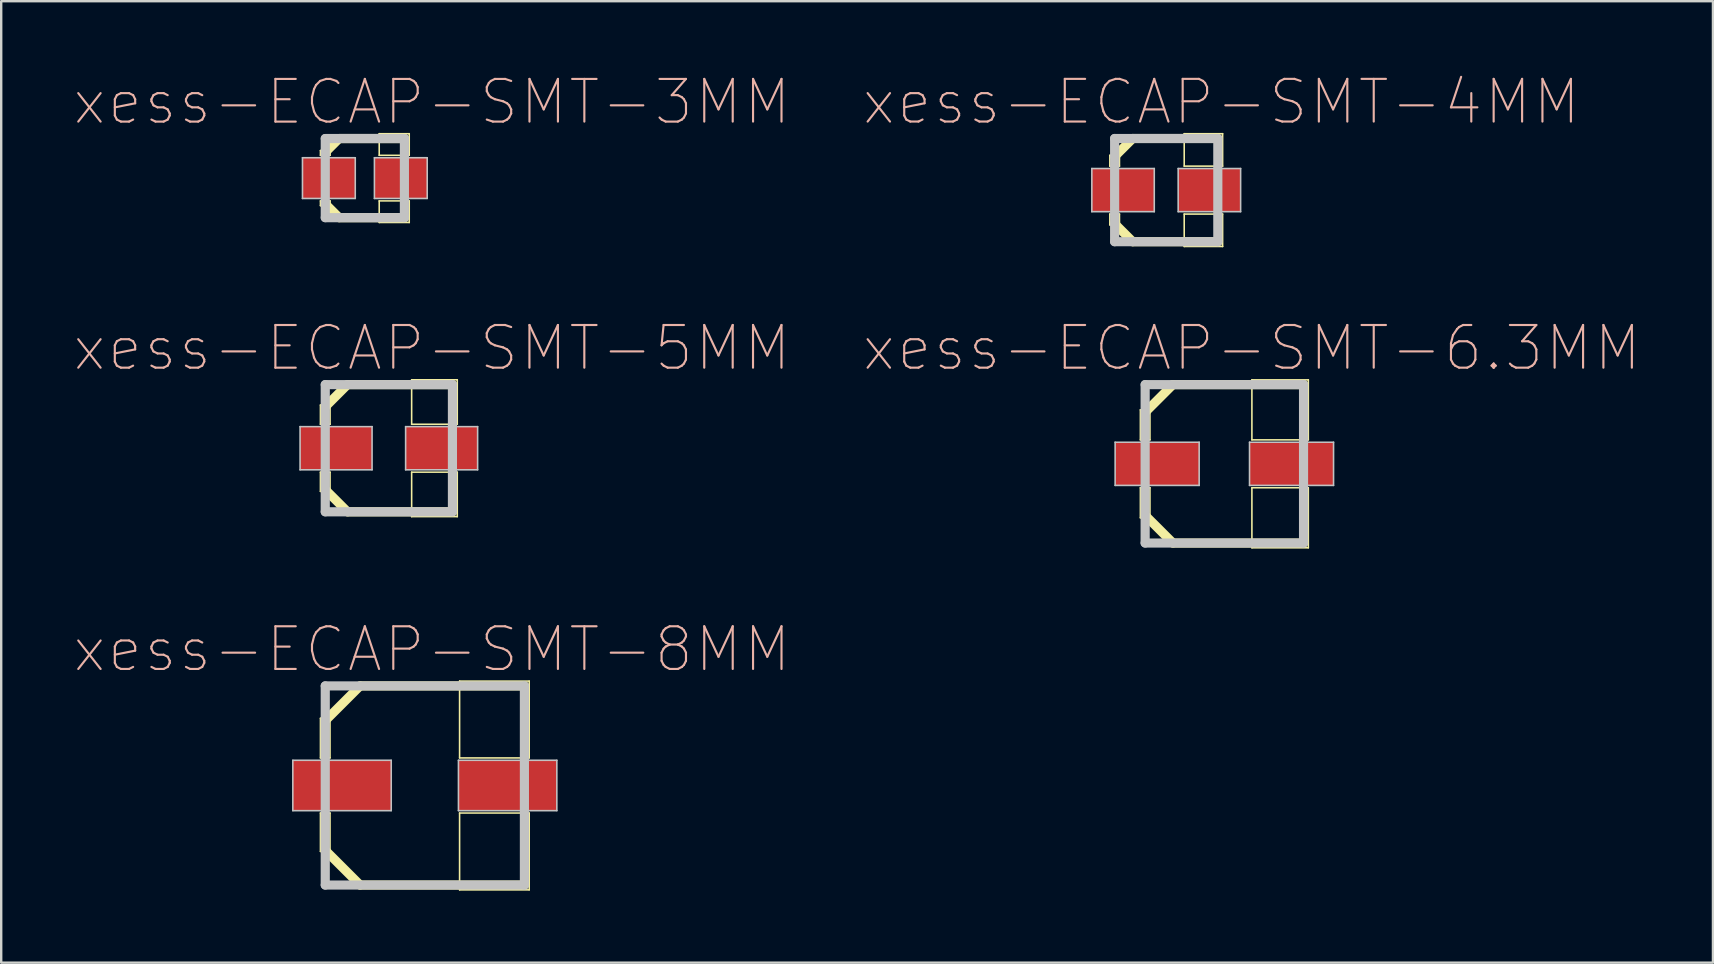
<source format=kicad_pcb>
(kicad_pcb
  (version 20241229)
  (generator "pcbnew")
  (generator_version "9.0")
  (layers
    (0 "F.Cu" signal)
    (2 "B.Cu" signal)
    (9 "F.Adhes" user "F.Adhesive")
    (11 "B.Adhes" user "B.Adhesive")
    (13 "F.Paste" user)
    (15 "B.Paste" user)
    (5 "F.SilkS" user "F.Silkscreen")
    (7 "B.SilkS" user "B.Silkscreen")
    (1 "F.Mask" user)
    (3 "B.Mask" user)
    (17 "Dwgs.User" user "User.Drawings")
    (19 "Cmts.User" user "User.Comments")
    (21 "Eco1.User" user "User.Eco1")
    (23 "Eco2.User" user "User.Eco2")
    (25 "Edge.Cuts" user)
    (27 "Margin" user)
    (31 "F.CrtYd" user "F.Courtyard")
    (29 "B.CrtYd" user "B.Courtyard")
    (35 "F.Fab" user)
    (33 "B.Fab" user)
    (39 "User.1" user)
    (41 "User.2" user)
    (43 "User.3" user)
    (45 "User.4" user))
  (footprint "xess-ECAP-SMT-5MM"
    (layer "F.Cu")
    (at 13.148 15.621)
    (property "Reference" "xess-ECAP-SMT-5MM" (at 1.793 -4.173 0) (layer "B.SilkS") (effects (font (size 1.778 1.778) (thickness 0.089))))
    (attr smd)
    (fp_line (start -2.85 -1.798) (end -2.449 -1.798) (stroke (width 0.066) (type solid)) (layer "F.SilkS"))
    (fp_line (start -2.85 -0.998) (end -2.85 -1.798) (stroke (width 0.066) (type solid)) (layer "F.SilkS"))
    (fp_line (start -2.85 -0.998) (end -2.449 -0.998) (stroke (width 0.066) (type solid)) (layer "F.SilkS"))
    (fp_line (start -2.85 0.998) (end -2.449 0.998) (stroke (width 0.066) (type solid)) (layer "F.SilkS"))
    (fp_line (start -2.85 1.798) (end -2.85 0.998) (stroke (width 0.066) (type solid)) (layer "F.SilkS"))
    (fp_line (start -2.85 1.798) (end -2.449 1.798) (stroke (width 0.066) (type solid)) (layer "F.SilkS"))
    (fp_line (start -2.649 1.722) (end -1.722 2.649) (stroke (width 0.381) (type solid)) (layer "F.SilkS"))
    (fp_line (start -2.449 -0.998) (end -2.449 -1.798) (stroke (width 0.066) (type solid)) (layer "F.SilkS"))
    (fp_line (start -2.449 1.798) (end -2.449 0.998) (stroke (width 0.066) (type solid)) (layer "F.SilkS"))
    (fp_line (start -1.722 -2.649) (end -2.649 -1.722) (stroke (width 0.381) (type solid)) (layer "F.SilkS"))
    (fp_line (start -1.722 2.649) (end 2.649 2.649) (stroke (width 0.381) (type solid)) (layer "F.SilkS"))
    (fp_line (start 0.95 -2.85) (end 2.85 -2.85) (stroke (width 0.066) (type solid)) (layer "F.SilkS"))
    (fp_line (start 0.95 -0.998) (end 0.95 -2.85) (stroke (width 0.066) (type solid)) (layer "F.SilkS"))
    (fp_line (start 0.95 -0.998) (end 2.85 -0.998) (stroke (width 0.066) (type solid)) (layer "F.SilkS"))
    (fp_line (start 0.95 0.998) (end 2.85 0.998) (stroke (width 0.066) (type solid)) (layer "F.SilkS"))
    (fp_line (start 0.95 2.85) (end 0.95 0.998) (stroke (width 0.066) (type solid)) (layer "F.SilkS"))
    (fp_line (start 0.95 2.85) (end 2.85 2.85) (stroke (width 0.066) (type solid)) (layer "F.SilkS"))
    (fp_line (start 2.649 -2.649) (end -1.722 -2.649) (stroke (width 0.381) (type solid)) (layer "F.SilkS"))
    (fp_line (start 2.85 -0.998) (end 2.85 -2.85) (stroke (width 0.066) (type solid)) (layer "F.SilkS"))
    (fp_line (start 2.85 2.85) (end 2.85 0.998) (stroke (width 0.066) (type solid)) (layer "F.SilkS"))
    (fp_line (start -3.698 -0.899) (end -0.699 -0.899) (stroke (width 0.066) (type solid)) (layer "Dwgs.User"))
    (fp_line (start -3.698 0.899) (end -3.698 -0.899) (stroke (width 0.066) (type solid)) (layer "Dwgs.User"))
    (fp_line (start -3.698 0.899) (end -0.699 0.899) (stroke (width 0.066) (type solid)) (layer "Dwgs.User"))
    (fp_line (start -2.649 -2.649) (end -2.649 2.649) (stroke (width 0.381) (type solid)) (layer "Dwgs.User"))
    (fp_line (start -2.649 2.649) (end 2.649 2.649) (stroke (width 0.381) (type solid)) (layer "Dwgs.User"))
    (fp_line (start -0.699 0.899) (end -0.699 -0.899) (stroke (width 0.066) (type solid)) (layer "Dwgs.User"))
    (fp_line (start 0.699 -0.899) (end 3.698 -0.899) (stroke (width 0.066) (type solid)) (layer "Dwgs.User"))
    (fp_line (start 0.699 0.899) (end 0.699 -0.899) (stroke (width 0.066) (type solid)) (layer "Dwgs.User"))
    (fp_line (start 0.699 0.899) (end 3.698 0.899) (stroke (width 0.066) (type solid)) (layer "Dwgs.User"))
    (fp_line (start 2.649 -2.649) (end -2.649 -2.649) (stroke (width 0.381) (type solid)) (layer "Dwgs.User"))
    (fp_line (start 2.649 2.649) (end 2.649 -2.649) (stroke (width 0.381) (type solid)) (layer "Dwgs.User"))
    (fp_line (start 3.698 0.899) (end 3.698 -0.899) (stroke (width 0.066) (type solid)) (layer "Dwgs.User"))
    (pad "1" smd rect (at -2.2 0) (size 3 1.798) (layers "F.Cu" "F.Mask" "F.Paste"))
    (pad "2" smd rect (at 2.2 0) (size 3 1.798) (layers "F.Cu" "F.Mask" "F.Paste")))
  (footprint "xess-ECAP-SMT-6.3MM"
    (layer "F.Cu")
    (at 47.952 16.271)
    (property "Reference" "xess-ECAP-SMT-6.3MM" (at 1.143 -4.823 0) (layer "B.SilkS") (effects (font (size 1.778 1.778) (thickness 0.089))))
    (attr smd)
    (fp_line (start -3.498 -2.248) (end -3.099 -2.248) (stroke (width 0.066) (type solid)) (layer "F.SilkS"))
    (fp_line (start -3.498 -0.998) (end -3.498 -2.248) (stroke (width 0.066) (type solid)) (layer "F.SilkS"))
    (fp_line (start -3.498 -0.998) (end -3.099 -0.998) (stroke (width 0.066) (type solid)) (layer "F.SilkS"))
    (fp_line (start -3.498 0.998) (end -3.099 0.998) (stroke (width 0.066) (type solid)) (layer "F.SilkS"))
    (fp_line (start -3.498 2.248) (end -3.498 0.998) (stroke (width 0.066) (type solid)) (layer "F.SilkS"))
    (fp_line (start -3.498 2.248) (end -3.099 2.248) (stroke (width 0.066) (type solid)) (layer "F.SilkS"))
    (fp_line (start -3.299 2.144) (end -2.144 3.299) (stroke (width 0.381) (type solid)) (layer "F.SilkS"))
    (fp_line (start -3.099 -0.998) (end -3.099 -2.248) (stroke (width 0.066) (type solid)) (layer "F.SilkS"))
    (fp_line (start -3.099 2.248) (end -3.099 0.998) (stroke (width 0.066) (type solid)) (layer "F.SilkS"))
    (fp_line (start -2.144 -3.299) (end -3.299 -2.144) (stroke (width 0.381) (type solid)) (layer "F.SilkS"))
    (fp_line (start -2.144 3.299) (end 3.299 3.299) (stroke (width 0.381) (type solid)) (layer "F.SilkS"))
    (fp_line (start 1.148 -3.498) (end 3.498 -3.498) (stroke (width 0.066) (type solid)) (layer "F.SilkS"))
    (fp_line (start 1.148 -0.998) (end 1.148 -3.498) (stroke (width 0.066) (type solid)) (layer "F.SilkS"))
    (fp_line (start 1.148 -0.998) (end 3.498 -0.998) (stroke (width 0.066) (type solid)) (layer "F.SilkS"))
    (fp_line (start 1.148 0.998) (end 3.498 0.998) (stroke (width 0.066) (type solid)) (layer "F.SilkS"))
    (fp_line (start 1.148 3.498) (end 1.148 0.998) (stroke (width 0.066) (type solid)) (layer "F.SilkS"))
    (fp_line (start 1.148 3.498) (end 3.498 3.498) (stroke (width 0.066) (type solid)) (layer "F.SilkS"))
    (fp_line (start 3.299 -3.299) (end -2.144 -3.299) (stroke (width 0.381) (type solid)) (layer "F.SilkS"))
    (fp_line (start 3.498 -0.998) (end 3.498 -3.498) (stroke (width 0.066) (type solid)) (layer "F.SilkS"))
    (fp_line (start 3.498 3.498) (end 3.498 0.998) (stroke (width 0.066) (type solid)) (layer "F.SilkS"))
    (fp_line (start -4.549 -0.899) (end -1.049 -0.899) (stroke (width 0.066) (type solid)) (layer "Dwgs.User"))
    (fp_line (start -4.549 0.899) (end -4.549 -0.899) (stroke (width 0.066) (type solid)) (layer "Dwgs.User"))
    (fp_line (start -4.549 0.899) (end -1.049 0.899) (stroke (width 0.066) (type solid)) (layer "Dwgs.User"))
    (fp_line (start -3.299 -3.299) (end -3.299 3.299) (stroke (width 0.381) (type solid)) (layer "Dwgs.User"))
    (fp_line (start -3.299 3.299) (end 3.299 3.299) (stroke (width 0.381) (type solid)) (layer "Dwgs.User"))
    (fp_line (start -1.049 0.899) (end -1.049 -0.899) (stroke (width 0.066) (type solid)) (layer "Dwgs.User"))
    (fp_line (start 1.049 -0.899) (end 4.549 -0.899) (stroke (width 0.066) (type solid)) (layer "Dwgs.User"))
    (fp_line (start 1.049 0.899) (end 1.049 -0.899) (stroke (width 0.066) (type solid)) (layer "Dwgs.User"))
    (fp_line (start 1.049 0.899) (end 4.549 0.899) (stroke (width 0.066) (type solid)) (layer "Dwgs.User"))
    (fp_line (start 3.299 -3.299) (end -3.299 -3.299) (stroke (width 0.381) (type solid)) (layer "Dwgs.User"))
    (fp_line (start 3.299 3.299) (end 3.299 -3.299) (stroke (width 0.381) (type solid)) (layer "Dwgs.User"))
    (fp_line (start 4.549 0.899) (end 4.549 -0.899) (stroke (width 0.066) (type solid)) (layer "Dwgs.User"))
    (pad "1" smd rect (at -2.799 0) (size 3.498 1.798) (layers "F.Cu" "F.Mask" "F.Paste"))
    (pad "2" smd rect (at 2.799 0) (size 3.498 1.798) (layers "F.Cu" "F.Mask" "F.Paste")))
  (footprint "xess-ECAP-SMT-3MM"
    (layer "F.Cu")
    (at 12.148 4.369)
    (property "Reference" "xess-ECAP-SMT-3MM" (at 2.794 -3.172 0) (layer "B.SilkS") (effects (font (size 1.778 1.778) (thickness 0.089))))
    (attr smd)
    (fp_line (start -1.849 -1.148) (end -1.448 -1.148) (stroke (width 0.066) (type solid)) (layer "F.SilkS"))
    (fp_line (start -1.849 -0.95) (end -1.849 -1.148) (stroke (width 0.066) (type solid)) (layer "F.SilkS"))
    (fp_line (start -1.849 -0.95) (end -1.448 -0.95) (stroke (width 0.066) (type solid)) (layer "F.SilkS"))
    (fp_line (start -1.849 0.95) (end -1.448 0.95) (stroke (width 0.066) (type solid)) (layer "F.SilkS"))
    (fp_line (start -1.849 1.148) (end -1.849 0.95) (stroke (width 0.066) (type solid)) (layer "F.SilkS"))
    (fp_line (start -1.849 1.148) (end -1.448 1.148) (stroke (width 0.066) (type solid)) (layer "F.SilkS"))
    (fp_line (start -1.648 1.072) (end -1.072 1.648) (stroke (width 0.381) (type solid)) (layer "F.SilkS"))
    (fp_line (start -1.448 -0.95) (end -1.448 -1.148) (stroke (width 0.066) (type solid)) (layer "F.SilkS"))
    (fp_line (start -1.448 1.148) (end -1.448 0.95) (stroke (width 0.066) (type solid)) (layer "F.SilkS"))
    (fp_line (start -1.072 -1.648) (end -1.648 -1.072) (stroke (width 0.381) (type solid)) (layer "F.SilkS"))
    (fp_line (start -1.072 1.648) (end 1.648 1.648) (stroke (width 0.381) (type solid)) (layer "F.SilkS"))
    (fp_line (start 0.599 -1.849) (end 1.849 -1.849) (stroke (width 0.066) (type solid)) (layer "F.SilkS"))
    (fp_line (start 0.599 -0.95) (end 0.599 -1.849) (stroke (width 0.066) (type solid)) (layer "F.SilkS"))
    (fp_line (start 0.599 -0.95) (end 1.849 -0.95) (stroke (width 0.066) (type solid)) (layer "F.SilkS"))
    (fp_line (start 0.599 0.95) (end 1.849 0.95) (stroke (width 0.066) (type solid)) (layer "F.SilkS"))
    (fp_line (start 0.599 1.849) (end 0.599 0.95) (stroke (width 0.066) (type solid)) (layer "F.SilkS"))
    (fp_line (start 0.599 1.849) (end 1.849 1.849) (stroke (width 0.066) (type solid)) (layer "F.SilkS"))
    (fp_line (start 1.648 -1.648) (end -1.072 -1.648) (stroke (width 0.381) (type solid)) (layer "F.SilkS"))
    (fp_line (start 1.849 -0.95) (end 1.849 -1.849) (stroke (width 0.066) (type solid)) (layer "F.SilkS"))
    (fp_line (start 1.849 1.849) (end 1.849 0.95) (stroke (width 0.066) (type solid)) (layer "F.SilkS"))
    (fp_line (start -2.598 -0.848) (end -0.399 -0.848) (stroke (width 0.066) (type solid)) (layer "Dwgs.User"))
    (fp_line (start -2.598 0.848) (end -2.598 -0.848) (stroke (width 0.066) (type solid)) (layer "Dwgs.User"))
    (fp_line (start -2.598 0.848) (end -0.399 0.848) (stroke (width 0.066) (type solid)) (layer "Dwgs.User"))
    (fp_line (start -1.648 -1.648) (end -1.648 1.648) (stroke (width 0.381) (type solid)) (layer "Dwgs.User"))
    (fp_line (start -1.648 1.648) (end 1.648 1.648) (stroke (width 0.381) (type solid)) (layer "Dwgs.User"))
    (fp_line (start -0.399 0.848) (end -0.399 -0.848) (stroke (width 0.066) (type solid)) (layer "Dwgs.User"))
    (fp_line (start 0.399 -0.848) (end 2.598 -0.848) (stroke (width 0.066) (type solid)) (layer "Dwgs.User"))
    (fp_line (start 0.399 0.848) (end 0.399 -0.848) (stroke (width 0.066) (type solid)) (layer "Dwgs.User"))
    (fp_line (start 0.399 0.848) (end 2.598 0.848) (stroke (width 0.066) (type solid)) (layer "Dwgs.User"))
    (fp_line (start 1.648 -1.648) (end -1.648 -1.648) (stroke (width 0.381) (type solid)) (layer "Dwgs.User"))
    (fp_line (start 1.648 1.648) (end 1.648 -1.648) (stroke (width 0.381) (type solid)) (layer "Dwgs.User"))
    (fp_line (start 2.598 0.848) (end 2.598 -0.848) (stroke (width 0.066) (type solid)) (layer "Dwgs.User"))
    (pad "1" smd rect (at -1.499 0) (size 2.2 1.699) (layers "F.Cu" "F.Mask" "F.Paste"))
    (pad "2" smd rect (at 1.499 0) (size 2.2 1.699) (layers "F.Cu" "F.Mask" "F.Paste")))
  (footprint "xess-ECAP-SMT-8MM"
    (layer "F.Cu")
    (at 14.647 29.67)
    (property "Reference" "xess-ECAP-SMT-8MM" (at 0.295 -5.672 0) (layer "B.SilkS") (effects (font (size 1.778 1.778) (thickness 0.089))))
    (attr smd)
    (fp_line (start -4.348 -2.799) (end -3.95 -2.799) (stroke (width 0.066) (type solid)) (layer "F.SilkS"))
    (fp_line (start -4.348 -1.148) (end -4.348 -2.799) (stroke (width 0.066) (type solid)) (layer "F.SilkS"))
    (fp_line (start -4.348 -1.148) (end -3.95 -1.148) (stroke (width 0.066) (type solid)) (layer "F.SilkS"))
    (fp_line (start -4.348 1.148) (end -3.95 1.148) (stroke (width 0.066) (type solid)) (layer "F.SilkS"))
    (fp_line (start -4.348 2.748) (end -4.348 1.148) (stroke (width 0.066) (type solid)) (layer "F.SilkS"))
    (fp_line (start -4.348 2.748) (end -3.95 2.748) (stroke (width 0.066) (type solid)) (layer "F.SilkS"))
    (fp_line (start -4.148 2.697) (end -2.697 4.148) (stroke (width 0.381) (type solid)) (layer "F.SilkS"))
    (fp_line (start -3.95 -1.148) (end -3.95 -2.799) (stroke (width 0.066) (type solid)) (layer "F.SilkS"))
    (fp_line (start -3.95 2.748) (end -3.95 1.148) (stroke (width 0.066) (type solid)) (layer "F.SilkS"))
    (fp_line (start -2.697 -4.148) (end -4.148 -2.697) (stroke (width 0.381) (type solid)) (layer "F.SilkS"))
    (fp_line (start -2.697 4.148) (end 4.148 4.148) (stroke (width 0.381) (type solid)) (layer "F.SilkS"))
    (fp_line (start 1.448 -4.348) (end 4.348 -4.348) (stroke (width 0.066) (type solid)) (layer "F.SilkS"))
    (fp_line (start 1.448 -1.148) (end 1.448 -4.348) (stroke (width 0.066) (type solid)) (layer "F.SilkS"))
    (fp_line (start 1.448 -1.148) (end 4.348 -1.148) (stroke (width 0.066) (type solid)) (layer "F.SilkS"))
    (fp_line (start 1.448 1.148) (end 4.348 1.148) (stroke (width 0.066) (type solid)) (layer "F.SilkS"))
    (fp_line (start 1.448 4.348) (end 1.448 1.148) (stroke (width 0.066) (type solid)) (layer "F.SilkS"))
    (fp_line (start 1.448 4.348) (end 4.348 4.348) (stroke (width 0.066) (type solid)) (layer "F.SilkS"))
    (fp_line (start 4.148 -4.148) (end -2.697 -4.148) (stroke (width 0.381) (type solid)) (layer "F.SilkS"))
    (fp_line (start 4.348 -1.148) (end 4.348 -4.348) (stroke (width 0.066) (type solid)) (layer "F.SilkS"))
    (fp_line (start 4.348 4.348) (end 4.348 1.148) (stroke (width 0.066) (type solid)) (layer "F.SilkS"))
    (fp_line (start -5.499 -1.049) (end -1.4 -1.049) (stroke (width 0.066) (type solid)) (layer "Dwgs.User"))
    (fp_line (start -5.499 1.049) (end -5.499 -1.049) (stroke (width 0.066) (type solid)) (layer "Dwgs.User"))
    (fp_line (start -5.499 1.049) (end -1.4 1.049) (stroke (width 0.066) (type solid)) (layer "Dwgs.User"))
    (fp_line (start -4.148 -4.148) (end -4.148 4.148) (stroke (width 0.381) (type solid)) (layer "Dwgs.User"))
    (fp_line (start -4.148 4.148) (end 4.148 4.148) (stroke (width 0.381) (type solid)) (layer "Dwgs.User"))
    (fp_line (start -1.4 1.049) (end -1.4 -1.049) (stroke (width 0.066) (type solid)) (layer "Dwgs.User"))
    (fp_line (start 1.4 -1.049) (end 5.499 -1.049) (stroke (width 0.066) (type solid)) (layer "Dwgs.User"))
    (fp_line (start 1.4 1.049) (end 1.4 -1.049) (stroke (width 0.066) (type solid)) (layer "Dwgs.User"))
    (fp_line (start 1.4 1.049) (end 5.499 1.049) (stroke (width 0.066) (type solid)) (layer "Dwgs.User"))
    (fp_line (start 4.148 -4.148) (end -4.148 -4.148) (stroke (width 0.381) (type solid)) (layer "Dwgs.User"))
    (fp_line (start 4.148 4.148) (end 4.148 -4.148) (stroke (width 0.381) (type solid)) (layer "Dwgs.User"))
    (fp_line (start 5.499 1.049) (end 5.499 -1.049) (stroke (width 0.066) (type solid)) (layer "Dwgs.User"))
    (pad "1" smd rect (at -3.449 0) (size 4.1 2.098) (layers "F.Cu" "F.Mask" "F.Paste"))
    (pad "2" smd rect (at 3.449 0) (size 4.1 2.098) (layers "F.Cu" "F.Mask" "F.Paste")))
  (footprint "xess-ECAP-SMT-4MM"
    (layer "F.Cu")
    (at 45.531 4.869)
    (property "Reference" "xess-ECAP-SMT-4MM" (at 2.294 -3.673 0) (layer "B.SilkS") (effects (font (size 1.778 1.778) (thickness 0.089))))
    (attr smd)
    (fp_line (start -2.349 -1.448) (end -1.948 -1.448) (stroke (width 0.066) (type solid)) (layer "F.SilkS"))
    (fp_line (start -2.349 -0.998) (end -2.349 -1.448) (stroke (width 0.066) (type solid)) (layer "F.SilkS"))
    (fp_line (start -2.349 -0.998) (end -1.948 -0.998) (stroke (width 0.066) (type solid)) (layer "F.SilkS"))
    (fp_line (start -2.349 0.998) (end -1.948 0.998) (stroke (width 0.066) (type solid)) (layer "F.SilkS"))
    (fp_line (start -2.349 1.448) (end -2.349 0.998) (stroke (width 0.066) (type solid)) (layer "F.SilkS"))
    (fp_line (start -2.349 1.448) (end -1.948 1.448) (stroke (width 0.066) (type solid)) (layer "F.SilkS"))
    (fp_line (start -2.149 1.397) (end -1.397 2.149) (stroke (width 0.381) (type solid)) (layer "F.SilkS"))
    (fp_line (start -1.948 -0.998) (end -1.948 -1.448) (stroke (width 0.066) (type solid)) (layer "F.SilkS"))
    (fp_line (start -1.948 1.448) (end -1.948 0.998) (stroke (width 0.066) (type solid)) (layer "F.SilkS"))
    (fp_line (start -1.397 -2.149) (end -2.149 -1.397) (stroke (width 0.381) (type solid)) (layer "F.SilkS"))
    (fp_line (start -1.397 2.149) (end 2.149 2.149) (stroke (width 0.381) (type solid)) (layer "F.SilkS"))
    (fp_line (start 0.749 -2.349) (end 2.349 -2.349) (stroke (width 0.066) (type solid)) (layer "F.SilkS"))
    (fp_line (start 0.749 -0.998) (end 0.749 -2.349) (stroke (width 0.066) (type solid)) (layer "F.SilkS"))
    (fp_line (start 0.749 -0.998) (end 2.349 -0.998) (stroke (width 0.066) (type solid)) (layer "F.SilkS"))
    (fp_line (start 0.749 0.998) (end 2.349 0.998) (stroke (width 0.066) (type solid)) (layer "F.SilkS"))
    (fp_line (start 0.749 2.349) (end 0.749 0.998) (stroke (width 0.066) (type solid)) (layer "F.SilkS"))
    (fp_line (start 0.749 2.349) (end 2.349 2.349) (stroke (width 0.066) (type solid)) (layer "F.SilkS"))
    (fp_line (start 2.149 -2.149) (end -1.397 -2.149) (stroke (width 0.381) (type solid)) (layer "F.SilkS"))
    (fp_line (start 2.349 -0.998) (end 2.349 -2.349) (stroke (width 0.066) (type solid)) (layer "F.SilkS"))
    (fp_line (start 2.349 2.349) (end 2.349 0.998) (stroke (width 0.066) (type solid)) (layer "F.SilkS"))
    (fp_line (start -3.099 -0.899) (end -0.498 -0.899) (stroke (width 0.066) (type solid)) (layer "Dwgs.User"))
    (fp_line (start -3.099 0.899) (end -3.099 -0.899) (stroke (width 0.066) (type solid)) (layer "Dwgs.User"))
    (fp_line (start -3.099 0.899) (end -0.498 0.899) (stroke (width 0.066) (type solid)) (layer "Dwgs.User"))
    (fp_line (start -2.149 -2.149) (end -2.149 2.149) (stroke (width 0.381) (type solid)) (layer "Dwgs.User"))
    (fp_line (start -2.149 2.149) (end 2.149 2.149) (stroke (width 0.381) (type solid)) (layer "Dwgs.User"))
    (fp_line (start -0.498 0.899) (end -0.498 -0.899) (stroke (width 0.066) (type solid)) (layer "Dwgs.User"))
    (fp_line (start 0.498 -0.899) (end 3.099 -0.899) (stroke (width 0.066) (type solid)) (layer "Dwgs.User"))
    (fp_line (start 0.498 0.899) (end 0.498 -0.899) (stroke (width 0.066) (type solid)) (layer "Dwgs.User"))
    (fp_line (start 0.498 0.899) (end 3.099 0.899) (stroke (width 0.066) (type solid)) (layer "Dwgs.User"))
    (fp_line (start 2.149 -2.149) (end -2.149 -2.149) (stroke (width 0.381) (type solid)) (layer "Dwgs.User"))
    (fp_line (start 2.149 2.149) (end 2.149 -2.149) (stroke (width 0.381) (type solid)) (layer "Dwgs.User"))
    (fp_line (start 3.099 0.899) (end 3.099 -0.899) (stroke (width 0.066) (type solid)) (layer "Dwgs.User"))
    (pad "1" smd rect (at -1.798 0) (size 2.598 1.798) (layers "F.Cu" "F.Mask" "F.Paste"))
    (pad "2" smd rect (at 1.798 0) (size 2.598 1.798) (layers "F.Cu" "F.Mask" "F.Paste")))
  (gr_rect
    (start -3 -3)
    (end 68.306 37.051)
    (stroke (width 0.1) (type default))
    (fill no)
    (layer "Edge.Cuts")))
</source>
